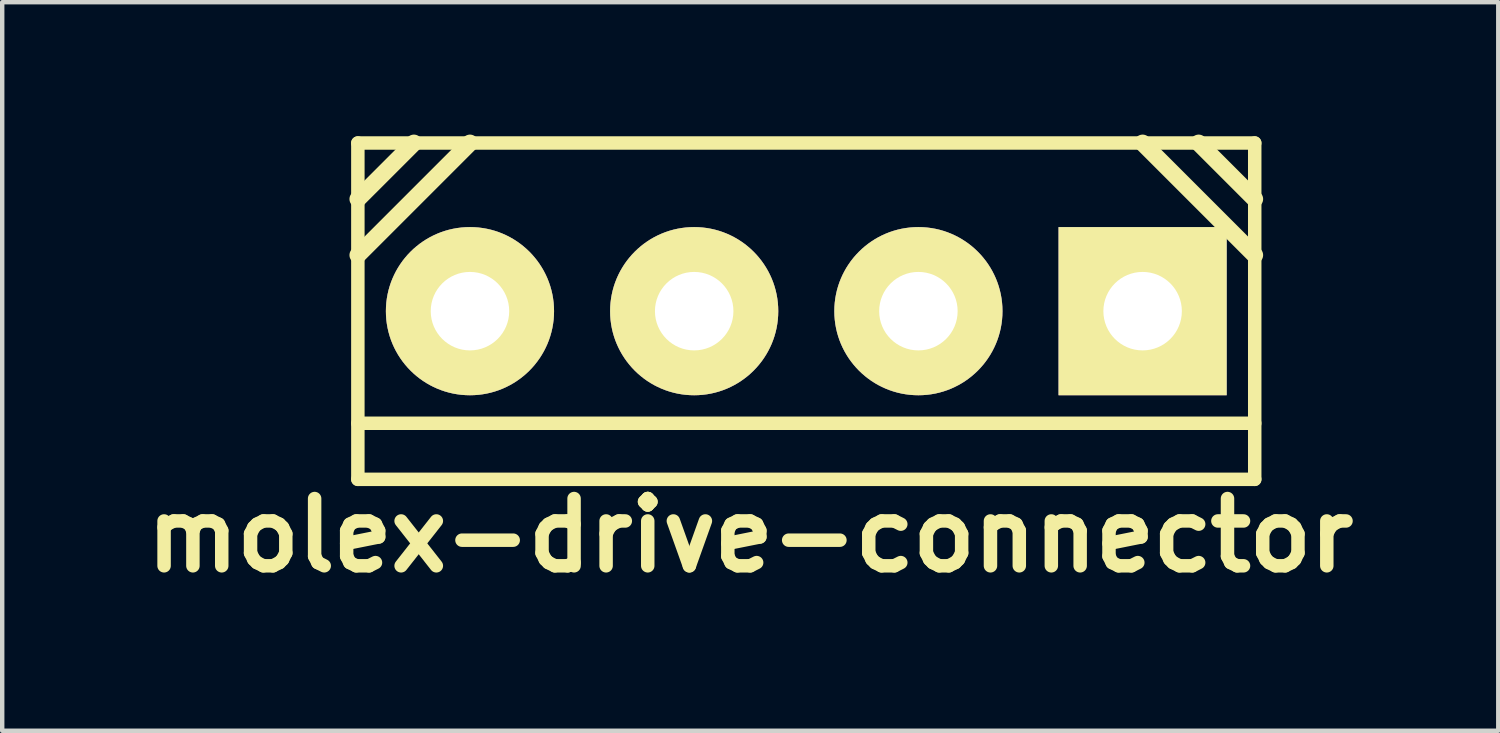
<source format=kicad_pcb>
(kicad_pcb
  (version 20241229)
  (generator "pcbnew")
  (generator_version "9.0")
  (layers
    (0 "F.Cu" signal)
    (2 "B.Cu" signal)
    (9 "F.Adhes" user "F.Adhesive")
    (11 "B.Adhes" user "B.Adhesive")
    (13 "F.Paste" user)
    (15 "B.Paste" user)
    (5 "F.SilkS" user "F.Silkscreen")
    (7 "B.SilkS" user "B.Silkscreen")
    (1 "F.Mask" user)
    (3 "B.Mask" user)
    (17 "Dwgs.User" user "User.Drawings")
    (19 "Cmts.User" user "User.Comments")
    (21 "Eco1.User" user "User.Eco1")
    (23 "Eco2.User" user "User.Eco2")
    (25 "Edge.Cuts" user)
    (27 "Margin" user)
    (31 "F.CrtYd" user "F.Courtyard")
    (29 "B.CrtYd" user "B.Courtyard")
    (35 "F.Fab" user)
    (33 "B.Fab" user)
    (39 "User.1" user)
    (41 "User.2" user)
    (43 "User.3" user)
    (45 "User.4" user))
  (footprint "molex-drive-connector"
    (layer "F.Cu")
    (at 15.218 4)
    (property "Reference" "molex-drive-connector" (at -1.27 5.08 0) (layer "F.SilkS") (effects (font (size 1.524 1.524) (thickness 0.305))))
    (attr through_hole)
    (fp_line (start -10.16 -3.81) (end -10.16 3.81) (stroke (width 0.305) (type solid)) (layer "F.SilkS"))
    (fp_line (start -10.16 -3.81) (end 10.16 -3.81) (stroke (width 0.305) (type solid)) (layer "F.SilkS"))
    (fp_line (start -10.16 -2.54) (end -8.89 -3.81) (stroke (width 0.381) (type solid)) (layer "F.SilkS"))
    (fp_line (start -10.16 3.81) (end 10.16 3.81) (stroke (width 0.305) (type solid)) (layer "F.SilkS"))
    (fp_line (start -7.62 -3.81) (end -10.16 -1.27) (stroke (width 0.381) (type solid)) (layer "F.SilkS"))
    (fp_line (start 7.62 -3.81) (end 10.16 -1.27) (stroke (width 0.381) (type solid)) (layer "F.SilkS"))
    (fp_line (start 8.89 -3.81) (end 10.16 -2.54) (stroke (width 0.381) (type solid)) (layer "F.SilkS"))
    (fp_line (start 10.16 2.54) (end -10.16 2.54) (stroke (width 0.305) (type solid)) (layer "F.SilkS"))
    (fp_line (start 10.16 3.81) (end 10.16 -3.81) (stroke (width 0.305) (type solid)) (layer "F.SilkS"))
    (pad "1" thru_hole rect (at 7.62 0) (size 3.81 3.81) (drill 1.778) (layers "*.Cu" "*.Mask" "F.SilkS"))
    (pad "2" thru_hole circle (at 2.54 0) (size 3.81 3.81) (drill 1.778) (layers "*.Cu" "*.Mask" "F.SilkS"))
    (pad "3" thru_hole circle (at -2.54 0) (size 3.81 3.81) (drill 1.778) (layers "*.Cu" "*.Mask" "F.SilkS"))
    (pad "4" thru_hole circle (at -7.62 0) (size 3.81 3.81) (drill 1.778) (layers "*.Cu" "*.Mask" "F.SilkS")))
  (gr_rect
    (start -3 -3)
    (end 30.896 13.507)
    (stroke (width 0.1) (type default))
    (fill no)
    (layer "Edge.Cuts")))
</source>
